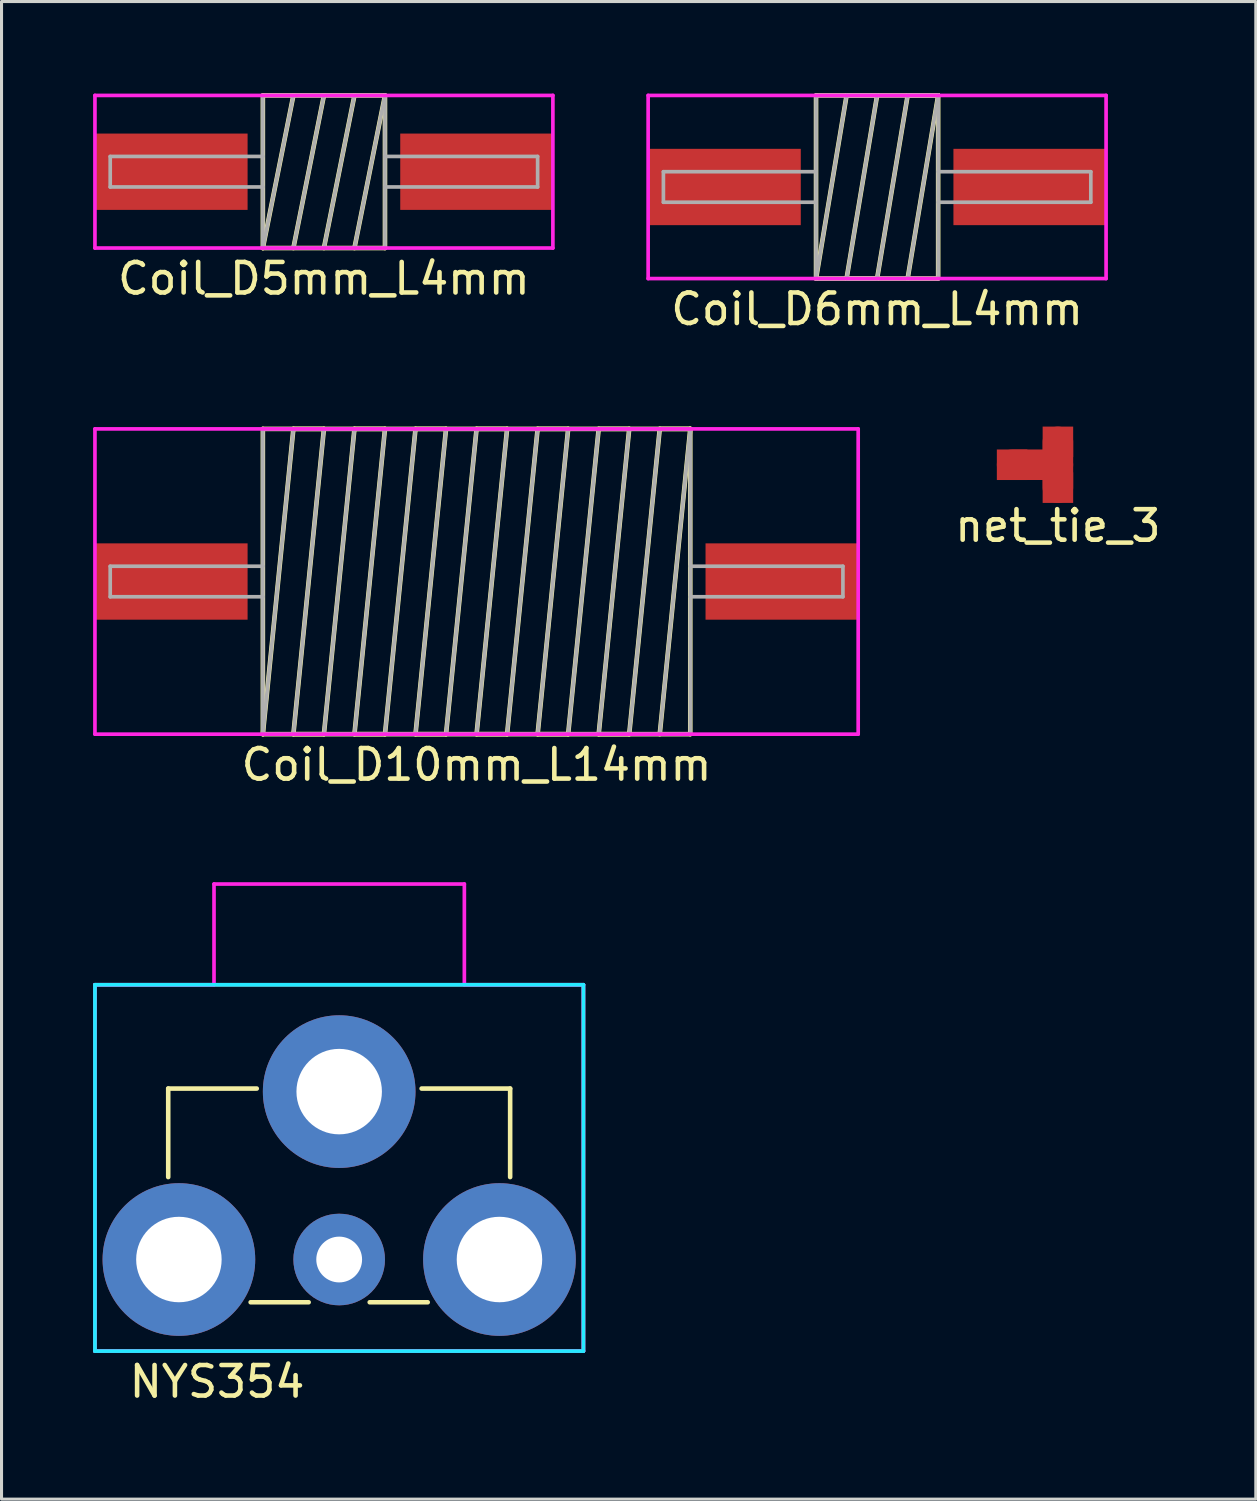
<source format=kicad_pcb>
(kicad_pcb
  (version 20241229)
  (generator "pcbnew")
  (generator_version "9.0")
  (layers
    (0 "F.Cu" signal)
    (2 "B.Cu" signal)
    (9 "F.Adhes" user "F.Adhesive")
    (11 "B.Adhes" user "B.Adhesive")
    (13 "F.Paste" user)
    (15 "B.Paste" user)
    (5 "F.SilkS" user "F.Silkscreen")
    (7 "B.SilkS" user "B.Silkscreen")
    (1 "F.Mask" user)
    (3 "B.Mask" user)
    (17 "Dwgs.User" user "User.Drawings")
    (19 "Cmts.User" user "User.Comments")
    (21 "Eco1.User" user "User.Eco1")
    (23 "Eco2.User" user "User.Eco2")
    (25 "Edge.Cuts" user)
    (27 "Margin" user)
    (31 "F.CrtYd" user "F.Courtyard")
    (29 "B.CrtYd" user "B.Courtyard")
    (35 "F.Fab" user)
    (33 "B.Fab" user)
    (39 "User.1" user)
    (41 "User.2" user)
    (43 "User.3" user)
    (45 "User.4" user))
  (footprint "NYS354"
    (layer "F.Cu")
    (at 8.06 38.206)
    (property "Reference" "NYS354" (at -4 4 0) (layer "F.SilkS") (effects (font (size 1 1) (thickness 0.15))))
    (attr through_hole)
    (fp_line (start -5.6 -5.6) (end -2.7 -5.6) (stroke (width 0.15) (type solid)) (layer "F.SilkS"))
    (fp_line (start -5.6 -2.7) (end -5.6 -5.6) (stroke (width 0.15) (type solid)) (layer "F.SilkS"))
    (fp_line (start -1 1.4) (end -2.9 1.4) (stroke (width 0.15) (type solid)) (layer "F.SilkS"))
    (fp_line (start 2.7 -5.6) (end 5.6 -5.6) (stroke (width 0.15) (type solid)) (layer "F.SilkS"))
    (fp_line (start 2.9 1.4) (end 1 1.4) (stroke (width 0.15) (type solid)) (layer "F.SilkS"))
    (fp_line (start 5.6 -5.6) (end 5.6 -2.7) (stroke (width 0.15) (type solid)) (layer "F.SilkS"))
    (fp_line (start -8 -9) (end 8 -9) (stroke (width 0.12) (type solid)) (layer "B.CrtYd"))
    (fp_line (start -8 3) (end -8 -9) (stroke (width 0.12) (type solid)) (layer "B.CrtYd"))
    (fp_line (start 8 -9) (end 8 3) (stroke (width 0.12) (type solid)) (layer "B.CrtYd"))
    (fp_line (start 8 3) (end -8 3) (stroke (width 0.12) (type solid)) (layer "B.CrtYd"))
    (fp_line (start -8 -9) (end -4.1 -9) (stroke (width 0.12) (type solid)) (layer "F.CrtYd"))
    (fp_line (start -8 -8) (end -8 -9) (stroke (width 0.12) (type solid)) (layer "F.CrtYd"))
    (fp_line (start -8 3) (end -8 -8) (stroke (width 0.12) (type solid)) (layer "F.CrtYd"))
    (fp_line (start -4.1 -12.3) (end -4.1 -9) (stroke (width 0.12) (type solid)) (layer "F.CrtYd"))
    (fp_line (start 4.1 -12.3) (end -4.1 -12.3) (stroke (width 0.12) (type solid)) (layer "F.CrtYd"))
    (fp_line (start 4.1 -9) (end 4.1 -12.3) (stroke (width 0.12) (type solid)) (layer "F.CrtYd"))
    (fp_line (start 4.1 -9) (end 8 -9) (stroke (width 0.12) (type solid)) (layer "F.CrtYd"))
    (fp_line (start 8 -9) (end 8 3) (stroke (width 0.12) (type solid)) (layer "F.CrtYd"))
    (fp_line (start 8 3) (end -8 3) (stroke (width 0.12) (type solid)) (layer "F.CrtYd"))
    (fp_line (start -8 -9) (end 8 -9) (stroke (width 0.12) (type solid)) (layer "F.Fab"))
    (fp_line (start -8 3) (end -8 -9) (stroke (width 0.12) (type solid)) (layer "F.Fab"))
    (fp_line (start 8 -9) (end 8 3) (stroke (width 0.12) (type solid)) (layer "F.Fab"))
    (fp_line (start 8 3) (end -8 3) (stroke (width 0.12) (type solid)) (layer "F.Fab"))
    (pad "1" thru_hole circle (at 0 0) (size 3 3) (drill 1.5) (layers "*.Cu" "*.Mask"))
    (pad "2" thru_hole circle (at -5.25 0) (size 5 5) (drill 2.8) (layers "*.Cu" "*.Mask"))
    (pad "2" thru_hole circle (at 0 -5.5) (size 5 5) (drill 2.8) (layers "*.Cu" "*.Mask"))
    (pad "2" thru_hole circle (at 5.25 0) (size 5 5) (drill 2.8) (layers "*.Cu" "*.Mask")))
  (footprint "Coil_D5mm_L4mm"
    (layer "F.Cu")
    (at 7.56 2.575)
    (property "Reference" "Coil_D5mm_L4mm" (at 0 3.5 0) (layer "F.SilkS") (effects (font (size 1 1) (thickness 0.15))))
    (attr smd)
    (fp_line (start -2 -2.5) (end 2 -2.5) (stroke (width 0.15) (type solid)) (layer "F.SilkS"))
    (fp_line (start -2 2.5) (end -2 -2.5) (stroke (width 0.15) (type solid)) (layer "F.SilkS"))
    (fp_line (start -2 2.5) (end -1 -2.5) (stroke (width 0.15) (type solid)) (layer "F.SilkS"))
    (fp_line (start -1 2.5) (end 0 -2.5) (stroke (width 0.15) (type solid)) (layer "F.SilkS"))
    (fp_line (start 0 2.5) (end 1 -2.5) (stroke (width 0.15) (type solid)) (layer "F.SilkS"))
    (fp_line (start 1 2.5) (end 2 -2.5) (stroke (width 0.15) (type solid)) (layer "F.SilkS"))
    (fp_line (start 2 -2.5) (end 2 2.5) (stroke (width 0.15) (type solid)) (layer "F.SilkS"))
    (fp_line (start 2 2.5) (end -2 2.5) (stroke (width 0.15) (type solid)) (layer "F.SilkS"))
    (fp_line (start -7.5 -2.5) (end 7.5 -2.5) (stroke (width 0.12) (type solid)) (layer "F.CrtYd"))
    (fp_line (start -7.5 2.5) (end -7.5 -2.5) (stroke (width 0.12) (type solid)) (layer "F.CrtYd"))
    (fp_line (start 7.5 -2.5) (end 7.5 2.5) (stroke (width 0.12) (type solid)) (layer "F.CrtYd"))
    (fp_line (start 7.5 2.5) (end -7.5 2.5) (stroke (width 0.12) (type solid)) (layer "F.CrtYd"))
    (fp_line (start -7 -0.5) (end -7 0.5) (stroke (width 0.12) (type solid)) (layer "F.Fab"))
    (fp_line (start -7 0.5) (end -2 0.5) (stroke (width 0.12) (type solid)) (layer "F.Fab"))
    (fp_line (start -2 -2.5) (end 2 -2.5) (stroke (width 0.12) (type solid)) (layer "F.Fab"))
    (fp_line (start -2 -0.5) (end -7 -0.5) (stroke (width 0.12) (type solid)) (layer "F.Fab"))
    (fp_line (start -2 2.5) (end -2 -2.5) (stroke (width 0.12) (type solid)) (layer "F.Fab"))
    (fp_line (start -2 2.5) (end -1 -2.5) (stroke (width 0.12) (type solid)) (layer "F.Fab"))
    (fp_line (start 0 -2.5) (end -1 2.5) (stroke (width 0.12) (type solid)) (layer "F.Fab"))
    (fp_line (start 0 2.5) (end 1 -2.5) (stroke (width 0.12) (type solid)) (layer "F.Fab"))
    (fp_line (start 2 -2.5) (end 1 2.5) (stroke (width 0.12) (type solid)) (layer "F.Fab"))
    (fp_line (start 2 -2.5) (end 2 2.5) (stroke (width 0.12) (type solid)) (layer "F.Fab"))
    (fp_line (start 2 -0.5) (end 7 -0.5) (stroke (width 0.12) (type solid)) (layer "F.Fab"))
    (fp_line (start 2 2.5) (end -2 2.5) (stroke (width 0.12) (type solid)) (layer "F.Fab"))
    (fp_line (start 7 -0.5) (end 7 0.5) (stroke (width 0.12) (type solid)) (layer "F.Fab"))
    (fp_line (start 7 0.5) (end 2 0.5) (stroke (width 0.12) (type solid)) (layer "F.Fab"))
    (pad "1" smd rect (at -5 0) (size 5 2.5) (layers "F.Cu" "F.Mask" "F.Paste"))
    (pad "2" smd rect (at 5 0) (size 5 2.5) (layers "F.Cu" "F.Mask" "F.Paste")))
  (footprint "Coil_D10mm_L14mm"
    (layer "F.Cu")
    (at 12.56 15.998)
    (property "Reference" "Coil_D10mm_L14mm" (at 0 6 0) (layer "F.SilkS") (effects (font (size 1 1) (thickness 0.15))))
    (attr smd)
    (fp_line (start -7 -5) (end 7 -5) (stroke (width 0.15) (type solid)) (layer "F.SilkS"))
    (fp_line (start -7 5) (end -7 -5) (stroke (width 0.15) (type solid)) (layer "F.SilkS"))
    (fp_line (start -7 5) (end -6 -5) (stroke (width 0.15) (type solid)) (layer "F.SilkS"))
    (fp_line (start -6 -5) (end -5 -5) (stroke (width 0.15) (type solid)) (layer "F.SilkS"))
    (fp_line (start -6 5) (end -5 5) (stroke (width 0.15) (type solid)) (layer "F.SilkS"))
    (fp_line (start -5 -5) (end -6 5) (stroke (width 0.15) (type solid)) (layer "F.SilkS"))
    (fp_line (start -5 5) (end -4 -5) (stroke (width 0.15) (type solid)) (layer "F.SilkS"))
    (fp_line (start -4 -5) (end -3 -5) (stroke (width 0.15) (type solid)) (layer "F.SilkS"))
    (fp_line (start -4 5) (end -3 5) (stroke (width 0.15) (type solid)) (layer "F.SilkS"))
    (fp_line (start -3 -5) (end -4 5) (stroke (width 0.15) (type solid)) (layer "F.SilkS"))
    (fp_line (start -3 5) (end -2 -5) (stroke (width 0.15) (type solid)) (layer "F.SilkS"))
    (fp_line (start -2 -5) (end -1 -5) (stroke (width 0.15) (type solid)) (layer "F.SilkS"))
    (fp_line (start -2 5) (end -1 5) (stroke (width 0.15) (type solid)) (layer "F.SilkS"))
    (fp_line (start -1 -5) (end -2 5) (stroke (width 0.15) (type solid)) (layer "F.SilkS"))
    (fp_line (start -1 5) (end 0 -5) (stroke (width 0.15) (type solid)) (layer "F.SilkS"))
    (fp_line (start 0 -5) (end 1 -5) (stroke (width 0.15) (type solid)) (layer "F.SilkS"))
    (fp_line (start 0 5) (end 1 5) (stroke (width 0.15) (type solid)) (layer "F.SilkS"))
    (fp_line (start 1 -5) (end 0 5) (stroke (width 0.15) (type solid)) (layer "F.SilkS"))
    (fp_line (start 1 5) (end 2 -5) (stroke (width 0.15) (type solid)) (layer "F.SilkS"))
    (fp_line (start 2 -5) (end 3 -5) (stroke (width 0.15) (type solid)) (layer "F.SilkS"))
    (fp_line (start 2 5) (end 3 5) (stroke (width 0.15) (type solid)) (layer "F.SilkS"))
    (fp_line (start 3 -5) (end 2 5) (stroke (width 0.15) (type solid)) (layer "F.SilkS"))
    (fp_line (start 3 5) (end 4 -5) (stroke (width 0.15) (type solid)) (layer "F.SilkS"))
    (fp_line (start 4 -5) (end 5 -5) (stroke (width 0.15) (type solid)) (layer "F.SilkS"))
    (fp_line (start 4 5) (end 5 5) (stroke (width 0.15) (type solid)) (layer "F.SilkS"))
    (fp_line (start 5 -5) (end 4 5) (stroke (width 0.15) (type solid)) (layer "F.SilkS"))
    (fp_line (start 5 5) (end 6 -5) (stroke (width 0.15) (type solid)) (layer "F.SilkS"))
    (fp_line (start 6 -5) (end 7 -5) (stroke (width 0.15) (type solid)) (layer "F.SilkS"))
    (fp_line (start 7 -5) (end 6 5) (stroke (width 0.15) (type solid)) (layer "F.SilkS"))
    (fp_line (start 7 -5) (end 7 5) (stroke (width 0.15) (type solid)) (layer "F.SilkS"))
    (fp_line (start 7 5) (end -7 5) (stroke (width 0.15) (type solid)) (layer "F.SilkS"))
    (fp_line (start -12.5 -5) (end 12.5 -5) (stroke (width 0.12) (type solid)) (layer "F.CrtYd"))
    (fp_line (start -12.5 5) (end -12.5 -5) (stroke (width 0.12) (type solid)) (layer "F.CrtYd"))
    (fp_line (start 12.5 -5) (end 12.5 5) (stroke (width 0.12) (type solid)) (layer "F.CrtYd"))
    (fp_line (start 12.5 5) (end -12.5 5) (stroke (width 0.12) (type solid)) (layer "F.CrtYd"))
    (fp_line (start -12 -0.5) (end -12 0.5) (stroke (width 0.12) (type solid)) (layer "F.Fab"))
    (fp_line (start -12 0.5) (end -7 0.5) (stroke (width 0.12) (type solid)) (layer "F.Fab"))
    (fp_line (start -7 -5) (end 7 -5) (stroke (width 0.12) (type solid)) (layer "F.Fab"))
    (fp_line (start -7 -0.5) (end -12 -0.5) (stroke (width 0.12) (type solid)) (layer "F.Fab"))
    (fp_line (start -7 5) (end -7 -5) (stroke (width 0.12) (type solid)) (layer "F.Fab"))
    (fp_line (start -7 5) (end -6 -5) (stroke (width 0.12) (type solid)) (layer "F.Fab"))
    (fp_line (start -6 -5) (end -5 -5) (stroke (width 0.12) (type solid)) (layer "F.Fab"))
    (fp_line (start -6 5) (end -5 5) (stroke (width 0.12) (type solid)) (layer "F.Fab"))
    (fp_line (start -5 -5) (end -6 5) (stroke (width 0.12) (type solid)) (layer "F.Fab"))
    (fp_line (start -5 5) (end -4 -5) (stroke (width 0.12) (type solid)) (layer "F.Fab"))
    (fp_line (start -4 -5) (end -3 -5) (stroke (width 0.12) (type solid)) (layer "F.Fab"))
    (fp_line (start -4 5) (end -3 5) (stroke (width 0.12) (type solid)) (layer "F.Fab"))
    (fp_line (start -3 -5) (end -4 5) (stroke (width 0.12) (type solid)) (layer "F.Fab"))
    (fp_line (start -3 5) (end -2 -5) (stroke (width 0.12) (type solid)) (layer "F.Fab"))
    (fp_line (start -2 -5) (end -1 -5) (stroke (width 0.12) (type solid)) (layer "F.Fab"))
    (fp_line (start -2 5) (end -1 5) (stroke (width 0.12) (type solid)) (layer "F.Fab"))
    (fp_line (start -1 -5) (end -2 5) (stroke (width 0.12) (type solid)) (layer "F.Fab"))
    (fp_line (start -1 5) (end 0 -5) (stroke (width 0.12) (type solid)) (layer "F.Fab"))
    (fp_line (start 0 -5) (end 1 -5) (stroke (width 0.12) (type solid)) (layer "F.Fab"))
    (fp_line (start 0 5) (end 1 5) (stroke (width 0.12) (type solid)) (layer "F.Fab"))
    (fp_line (start 1 -5) (end 0 5) (stroke (width 0.12) (type solid)) (layer "F.Fab"))
    (fp_line (start 1 5) (end 2 -5) (stroke (width 0.12) (type solid)) (layer "F.Fab"))
    (fp_line (start 2 -5) (end 3 -5) (stroke (width 0.12) (type solid)) (layer "F.Fab"))
    (fp_line (start 2 5) (end 3 5) (stroke (width 0.12) (type solid)) (layer "F.Fab"))
    (fp_line (start 3 -5) (end 2 5) (stroke (width 0.12) (type solid)) (layer "F.Fab"))
    (fp_line (start 3 5) (end 4 -5) (stroke (width 0.12) (type solid)) (layer "F.Fab"))
    (fp_line (start 4 -5) (end 5 -5) (stroke (width 0.12) (type solid)) (layer "F.Fab"))
    (fp_line (start 4 5) (end 5 5) (stroke (width 0.12) (type solid)) (layer "F.Fab"))
    (fp_line (start 5 -5) (end 4 5) (stroke (width 0.12) (type solid)) (layer "F.Fab"))
    (fp_line (start 5 5) (end 6 -5) (stroke (width 0.12) (type solid)) (layer "F.Fab"))
    (fp_line (start 6 -5) (end 7 -5) (stroke (width 0.12) (type solid)) (layer "F.Fab"))
    (fp_line (start 7 -5) (end 6 5) (stroke (width 0.12) (type solid)) (layer "F.Fab"))
    (fp_line (start 7 -5) (end 7 5) (stroke (width 0.12) (type solid)) (layer "F.Fab"))
    (fp_line (start 7 -0.5) (end 12 -0.5) (stroke (width 0.12) (type solid)) (layer "F.Fab"))
    (fp_line (start 7 5) (end -7 5) (stroke (width 0.12) (type solid)) (layer "F.Fab"))
    (fp_line (start 12 -0.5) (end 12 0.5) (stroke (width 0.12) (type solid)) (layer "F.Fab"))
    (fp_line (start 12 0.5) (end 7 0.5) (stroke (width 0.12) (type solid)) (layer "F.Fab"))
    (pad "1" smd rect (at -10 0) (size 5 2.5) (layers "F.Cu" "F.Mask" "F.Paste"))
    (pad "2" smd rect (at 10 0) (size 5 2.5) (layers "F.Cu" "F.Mask" "F.Paste")))
  (footprint "Coil_D6mm_L4mm"
    (layer "F.Cu")
    (at 25.68 3.075)
    (property "Reference" "Coil_D6mm_L4mm" (at 0 4 0) (layer "F.SilkS") (effects (font (size 1 1) (thickness 0.15))))
    (attr smd)
    (fp_line (start -2 -3) (end 2 -3) (stroke (width 0.15) (type solid)) (layer "F.SilkS"))
    (fp_line (start -2 3) (end -2 -3) (stroke (width 0.15) (type solid)) (layer "F.SilkS"))
    (fp_line (start -2 3) (end -1 -3) (stroke (width 0.15) (type solid)) (layer "F.SilkS"))
    (fp_line (start -1 -3) (end 0 -3) (stroke (width 0.15) (type solid)) (layer "F.SilkS"))
    (fp_line (start -1 3) (end 0 3) (stroke (width 0.15) (type solid)) (layer "F.SilkS"))
    (fp_line (start 0 -3) (end -1 3) (stroke (width 0.15) (type solid)) (layer "F.SilkS"))
    (fp_line (start 0 3) (end 1 -3) (stroke (width 0.15) (type solid)) (layer "F.SilkS"))
    (fp_line (start 1 -3) (end 2 -3) (stroke (width 0.15) (type solid)) (layer "F.SilkS"))
    (fp_line (start 2 -3) (end 1 3) (stroke (width 0.15) (type solid)) (layer "F.SilkS"))
    (fp_line (start 2 -3) (end 2 3) (stroke (width 0.15) (type solid)) (layer "F.SilkS"))
    (fp_line (start 2 3) (end -2 3) (stroke (width 0.15) (type solid)) (layer "F.SilkS"))
    (fp_line (start -7.5 -3) (end 7.5 -3) (stroke (width 0.12) (type solid)) (layer "F.CrtYd"))
    (fp_line (start -7.5 3) (end -7.5 -3) (stroke (width 0.12) (type solid)) (layer "F.CrtYd"))
    (fp_line (start 7.5 -3) (end 7.5 3) (stroke (width 0.12) (type solid)) (layer "F.CrtYd"))
    (fp_line (start 7.5 3) (end -7.5 3) (stroke (width 0.12) (type solid)) (layer "F.CrtYd"))
    (fp_line (start -7 -0.5) (end -7 0.5) (stroke (width 0.12) (type solid)) (layer "F.Fab"))
    (fp_line (start -7 0.5) (end -2 0.5) (stroke (width 0.12) (type solid)) (layer "F.Fab"))
    (fp_line (start -2 -3) (end 2 -3) (stroke (width 0.12) (type solid)) (layer "F.Fab"))
    (fp_line (start -2 -0.5) (end -7 -0.5) (stroke (width 0.12) (type solid)) (layer "F.Fab"))
    (fp_line (start -2 3) (end -2 -3) (stroke (width 0.12) (type solid)) (layer "F.Fab"))
    (fp_line (start -2 3) (end -1 -3) (stroke (width 0.12) (type solid)) (layer "F.Fab"))
    (fp_line (start -1 -3) (end 0 -3) (stroke (width 0.12) (type solid)) (layer "F.Fab"))
    (fp_line (start -1 3) (end 0 3) (stroke (width 0.12) (type solid)) (layer "F.Fab"))
    (fp_line (start 0 -3) (end -1 3) (stroke (width 0.12) (type solid)) (layer "F.Fab"))
    (fp_line (start 0 3) (end 1 -3) (stroke (width 0.12) (type solid)) (layer "F.Fab"))
    (fp_line (start 1 -3) (end 2 -3) (stroke (width 0.12) (type solid)) (layer "F.Fab"))
    (fp_line (start 2 -3) (end 1 3) (stroke (width 0.12) (type solid)) (layer "F.Fab"))
    (fp_line (start 2 -3) (end 2 3) (stroke (width 0.12) (type solid)) (layer "F.Fab"))
    (fp_line (start 2 -0.5) (end 7 -0.5) (stroke (width 0.12) (type solid)) (layer "F.Fab"))
    (fp_line (start 2 3) (end -2 3) (stroke (width 0.12) (type solid)) (layer "F.Fab"))
    (fp_line (start 7 -0.5) (end 7 0.5) (stroke (width 0.12) (type solid)) (layer "F.Fab"))
    (fp_line (start 7 0.5) (end 2 0.5) (stroke (width 0.12) (type solid)) (layer "F.Fab"))
    (pad "1" smd rect (at -5 0) (size 5 2.5) (layers "F.Cu" "F.Mask" "F.Paste"))
    (pad "2" smd rect (at 5 0) (size 5 2.5) (layers "F.Cu" "F.Mask" "F.Paste")))
  (footprint "net_tie_3"
    (layer "F.Cu")
    (at 31.602 12.173)
    (property "Reference" "net_tie_3" (at 0 2 0) (layer "F.SilkS") (effects (font (size 1 1) (thickness 0.15))))
    (attr exclude_from_pos_files exclude_from_bom)
    (fp_line (start -1.5 0) (end 0 0) (stroke (width 1) (type solid)) (layer "F.Cu"))
    (fp_line (start 0 -0.75) (end 0 0.75) (stroke (width 1) (type solid)) (layer "F.Cu"))
    (pad "1" smd rect (at 0 -0.75) (size 1 1) (layers "F.Cu"))
    (pad "2" smd rect (at 0 0.75) (size 1 1) (layers "F.Cu"))
    (pad "3" smd rect (at -1.5 0) (size 1 1) (layers "F.Cu")))
  (gr_rect
    (start -3 -3)
    (end 38.084 46.055)
    (stroke (width 0.1) (type default))
    (fill no)
    (layer "Edge.Cuts")))
</source>
